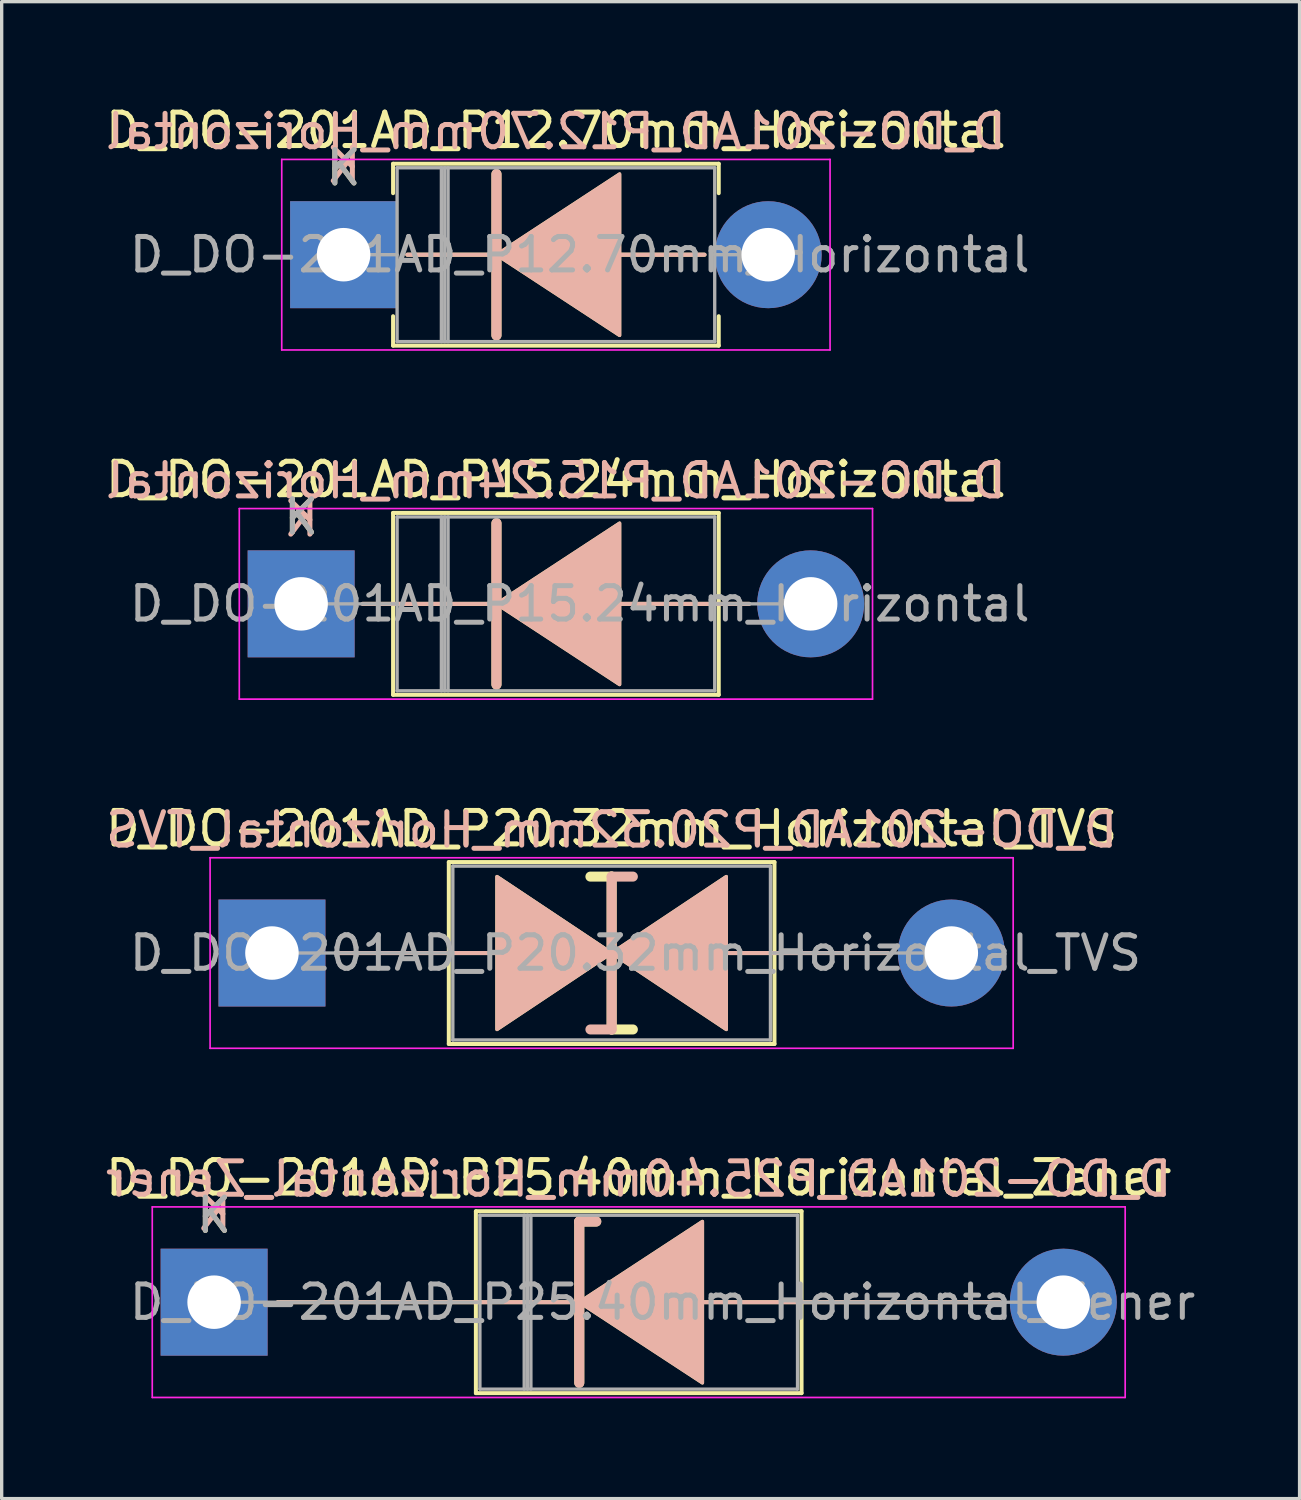
<source format=kicad_pcb>
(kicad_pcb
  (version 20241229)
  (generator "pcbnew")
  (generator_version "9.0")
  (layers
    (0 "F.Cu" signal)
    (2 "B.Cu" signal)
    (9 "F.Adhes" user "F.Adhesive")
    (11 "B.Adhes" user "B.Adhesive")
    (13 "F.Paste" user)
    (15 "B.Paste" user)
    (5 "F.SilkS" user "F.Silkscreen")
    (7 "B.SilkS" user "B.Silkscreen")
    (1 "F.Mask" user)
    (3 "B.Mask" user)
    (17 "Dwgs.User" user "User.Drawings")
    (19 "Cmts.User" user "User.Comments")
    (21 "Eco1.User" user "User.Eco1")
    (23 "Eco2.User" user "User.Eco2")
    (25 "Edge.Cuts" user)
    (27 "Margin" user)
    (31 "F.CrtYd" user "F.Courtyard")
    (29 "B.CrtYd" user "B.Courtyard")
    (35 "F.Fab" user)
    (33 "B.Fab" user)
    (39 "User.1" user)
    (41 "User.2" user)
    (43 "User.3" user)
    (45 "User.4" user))
  (footprint "D_DO-201AD_P15.24mm_Horizontal"
    (layer "F.Cu")
    (at 5.957 15.011)
    (property "Reference" "D_DO-201AD_P15.24mm_Horizontal" (at 7.62 -3.72 0) (layer "F.SilkS") (effects (font (size 1 1) (thickness 0.15))))
    (fp_line (start 1.84 0) (end 2.75 0) (stroke (width 0.12) (type solid)) (layer "F.SilkS"))
    (fp_line (start 2.75 -2.72) (end 2.75 2.72) (stroke (width 0.12) (type solid)) (layer "F.SilkS"))
    (fp_line (start 2.75 2.72) (end 12.49 2.72) (stroke (width 0.12) (type solid)) (layer "F.SilkS"))
    (fp_line (start 5.715 0) (end 2.75 0) (stroke (width 0.12) (type solid)) (layer "F.SilkS"))
    (fp_line (start 5.842 -2.413) (end 5.842 2.413) (stroke (width 0.3) (type solid)) (layer "F.SilkS"))
    (fp_line (start 9.525 0) (end 12.49 0) (stroke (width 0.12) (type solid)) (layer "F.SilkS"))
    (fp_line (start 12.49 -2.72) (end 2.75 -2.72) (stroke (width 0.12) (type solid)) (layer "F.SilkS"))
    (fp_line (start 12.49 2.72) (end 12.49 -2.72) (stroke (width 0.12) (type solid)) (layer "F.SilkS"))
    (fp_line (start 13.4 0) (end 12.49 0) (stroke (width 0.12) (type solid)) (layer "F.SilkS"))
    (fp_poly (pts (xy 9.525 2.413) (xy 5.842 0) (xy 9.525 -2.413)) (stroke (width 0.1) (type solid)) (fill yes) (layer "F.SilkS"))
    (fp_line (start 1.84 0) (end 2.75 0) (stroke (width 0.12) (type solid)) (layer "B.SilkS"))
    (fp_line (start 5.715 0) (end 2.75 0) (stroke (width 0.12) (type solid)) (layer "B.SilkS"))
    (fp_line (start 5.842 2.413) (end 5.842 -2.413) (stroke (width 0.3) (type solid)) (layer "B.SilkS"))
    (fp_line (start 9.525 0) (end 12.49 0) (stroke (width 0.12) (type solid)) (layer "B.SilkS"))
    (fp_line (start 13.4 0) (end 12.49 0) (stroke (width 0.12) (type solid)) (layer "B.SilkS"))
    (fp_poly (pts (xy 9.525 -2.413) (xy 5.842 0) (xy 9.525 2.413)) (stroke (width 0.1) (type solid)) (fill yes) (layer "B.SilkS"))
    (fp_line (start -1.85 -2.85) (end -1.85 2.85) (stroke (width 0.05) (type solid)) (layer "F.CrtYd"))
    (fp_line (start -1.85 2.85) (end 17.09 2.85) (stroke (width 0.05) (type solid)) (layer "F.CrtYd"))
    (fp_line (start 17.09 -2.85) (end -1.85 -2.85) (stroke (width 0.05) (type solid)) (layer "F.CrtYd"))
    (fp_line (start 17.09 2.85) (end 17.09 -2.85) (stroke (width 0.05) (type solid)) (layer "F.CrtYd"))
    (fp_line (start 0 0) (end 2.87 0) (stroke (width 0.1) (type solid)) (layer "F.Fab"))
    (fp_line (start 2.87 -2.6) (end 2.87 2.6) (stroke (width 0.1) (type solid)) (layer "F.Fab"))
    (fp_line (start 2.87 2.6) (end 12.37 2.6) (stroke (width 0.1) (type solid)) (layer "F.Fab"))
    (fp_line (start 4.195 -2.6) (end 4.195 2.6) (stroke (width 0.1) (type solid)) (layer "F.Fab"))
    (fp_line (start 4.295 -2.6) (end 4.295 2.6) (stroke (width 0.1) (type solid)) (layer "F.Fab"))
    (fp_line (start 4.395 -2.6) (end 4.395 2.6) (stroke (width 0.1) (type solid)) (layer "F.Fab"))
    (fp_line (start 12.37 -2.6) (end 2.87 -2.6) (stroke (width 0.1) (type solid)) (layer "F.Fab"))
    (fp_line (start 12.37 2.6) (end 12.37 -2.6) (stroke (width 0.1) (type solid)) (layer "F.Fab"))
    (fp_line (start 15.24 0) (end 12.37 0) (stroke (width 0.1) (type solid)) (layer "F.Fab"))
    (fp_text user "K" (at 0 -2.6 0) (layer "F.SilkS") (effects (font (size 1 1) (thickness 0.15))))
    (fp_text user "K" (at 0 -2.54 0) (layer "B.SilkS") (effects (font (size 1 1) (thickness 0.15)) (justify mirror)))
    (fp_text user "${REFERENCE}" (at 7.62 -3.683 0) (layer "B.SilkS") (effects (font (size 1 1) (thickness 0.15)) (justify mirror)))
    (fp_text user "K" (at 0 -2.6 0) (layer "F.Fab") (effects (font (size 1 1) (thickness 0.15))))
    (fp_text user "${REFERENCE}" (at 8.332 0 0) (layer "F.Fab") (effects (font (size 1 1) (thickness 0.15))))
    (pad "1" thru_hole rect (at 0 0) (size 3.2 3.2) (drill 1.6) (layers "*.Cu" "*.Mask"))
    (pad "2" thru_hole oval (at 15.24 0) (size 3.2 3.2) (drill 1.6) (layers "*.Cu" "*.Mask")))
  (footprint "D_DO-201AD_P20.32mm_Horizontal_TVS"
    (layer "F.Cu")
    (at 5.084 25.455)
    (property "Reference" "D_DO-201AD_P20.32mm_Horizontal_TVS" (at 10.16 -3.72 0) (layer "F.SilkS") (effects (font (size 1 1) (thickness 0.15))))
    (fp_line (start 1.905 0) (end 5.29 0) (stroke (width 0.12) (type solid)) (layer "F.SilkS"))
    (fp_line (start 5.29 -2.72) (end 5.29 2.72) (stroke (width 0.12) (type solid)) (layer "F.SilkS"))
    (fp_line (start 5.29 0) (end 6.731 0) (stroke (width 0.12) (type solid)) (layer "F.SilkS"))
    (fp_line (start 5.29 2.72) (end 15.03 2.72) (stroke (width 0.12) (type solid)) (layer "F.SilkS"))
    (fp_line (start 10.16 -2.286) (end 9.525 -2.286) (stroke (width 0.3) (type solid)) (layer "F.SilkS"))
    (fp_line (start 10.16 2.286) (end 10.16 -2.286) (stroke (width 0.3) (type solid)) (layer "F.SilkS"))
    (fp_line (start 10.795 2.286) (end 10.16 2.286) (stroke (width 0.3) (type solid)) (layer "F.SilkS"))
    (fp_line (start 13.589 0) (end 15.03 0) (stroke (width 0.12) (type solid)) (layer "F.SilkS"))
    (fp_line (start 15.03 -2.72) (end 5.29 -2.72) (stroke (width 0.12) (type solid)) (layer "F.SilkS"))
    (fp_line (start 15.03 2.72) (end 15.03 -2.72) (stroke (width 0.12) (type solid)) (layer "F.SilkS"))
    (fp_line (start 18.415 0) (end 15.03 0) (stroke (width 0.12) (type solid)) (layer "F.SilkS"))
    (fp_poly (pts (xy 10.16 0) (xy 6.731 2.286) (xy 6.731 -2.286)) (stroke (width 0.1) (type solid)) (fill yes) (layer "F.SilkS"))
    (fp_poly (pts (xy 10.16 0) (xy 13.589 -2.286) (xy 13.589 2.286)) (stroke (width 0.1) (type solid)) (fill yes) (layer "F.SilkS"))
    (fp_line (start 1.905 0) (end 5.29 0) (stroke (width 0.12) (type solid)) (layer "B.SilkS"))
    (fp_line (start 5.29 0) (end 6.731 0) (stroke (width 0.12) (type solid)) (layer "B.SilkS"))
    (fp_line (start 10.16 -2.286) (end 10.16 2.286) (stroke (width 0.3) (type solid)) (layer "B.SilkS"))
    (fp_line (start 10.16 2.286) (end 9.525 2.286) (stroke (width 0.3) (type solid)) (layer "B.SilkS"))
    (fp_line (start 10.795 -2.286) (end 10.16 -2.286) (stroke (width 0.3) (type solid)) (layer "B.SilkS"))
    (fp_line (start 13.589 0) (end 15.03 0) (stroke (width 0.12) (type solid)) (layer "B.SilkS"))
    (fp_line (start 18.415 0) (end 15.03 0) (stroke (width 0.12) (type solid)) (layer "B.SilkS"))
    (fp_poly (pts (xy 10.16 0) (xy 6.731 -2.286) (xy 6.731 2.286)) (stroke (width 0.1) (type solid)) (fill yes) (layer "B.SilkS"))
    (fp_poly (pts (xy 10.16 0) (xy 13.589 2.286) (xy 13.589 -2.286)) (stroke (width 0.1) (type solid)) (fill yes) (layer "B.SilkS"))
    (fp_line (start -1.85 -2.85) (end -1.85 2.85) (stroke (width 0.05) (type solid)) (layer "F.CrtYd"))
    (fp_line (start -1.85 2.85) (end 22.17 2.85) (stroke (width 0.05) (type solid)) (layer "F.CrtYd"))
    (fp_line (start 22.17 -2.85) (end -1.85 -2.85) (stroke (width 0.05) (type solid)) (layer "F.CrtYd"))
    (fp_line (start 22.17 2.85) (end 22.17 -2.85) (stroke (width 0.05) (type solid)) (layer "F.CrtYd"))
    (fp_line (start 0 0) (end 5.41 0) (stroke (width 0.1) (type solid)) (layer "F.Fab"))
    (fp_line (start 5.41 -2.6) (end 5.41 2.6) (stroke (width 0.1) (type solid)) (layer "F.Fab"))
    (fp_line (start 5.41 2.6) (end 14.91 2.6) (stroke (width 0.1) (type solid)) (layer "F.Fab"))
    (fp_line (start 14.91 -2.6) (end 5.41 -2.6) (stroke (width 0.1) (type solid)) (layer "F.Fab"))
    (fp_line (start 14.91 2.6) (end 14.91 -2.6) (stroke (width 0.1) (type solid)) (layer "F.Fab"))
    (fp_line (start 20.32 0) (end 14.91 0) (stroke (width 0.1) (type solid)) (layer "F.Fab"))
    (fp_text user "${REFERENCE}" (at 10.16 -3.683 0) (layer "B.SilkS") (effects (font (size 1 1) (thickness 0.15)) (justify mirror)))
    (fp_text user "${REFERENCE}" (at 10.873 0 0) (layer "F.Fab") (effects (font (size 1 1) (thickness 0.15))))
    (pad "1" thru_hole rect (at 0 0) (size 3.2 3.2) (drill 1.6) (layers "*.Cu" "*.Mask"))
    (pad "2" thru_hole oval (at 20.32 0) (size 3.2 3.2) (drill 1.6) (layers "*.Cu" "*.Mask")))
  (footprint "D_DO-201AD_P25.40mm_Horizontal_Zener"
    (layer "F.Cu")
    (at 3.354 35.898)
    (property "Reference" "D_DO-201AD_P25.40mm_Horizontal_Zener" (at 12.7 -3.72 0) (layer "F.SilkS") (effects (font (size 1 1) (thickness 0.15))))
    (fp_line (start 1.905 0) (end 7.83 0) (stroke (width 0.12) (type solid)) (layer "F.SilkS"))
    (fp_line (start 7.83 -2.72) (end 7.83 2.72) (stroke (width 0.12) (type solid)) (layer "F.SilkS"))
    (fp_line (start 7.83 2.72) (end 17.57 2.72) (stroke (width 0.12) (type solid)) (layer "F.SilkS"))
    (fp_line (start 10.795 0) (end 7.83 0) (stroke (width 0.12) (type solid)) (layer "F.SilkS"))
    (fp_line (start 10.922 -2.413) (end 10.922 2.413) (stroke (width 0.3) (type solid)) (layer "F.SilkS"))
    (fp_line (start 10.922 -2.413) (end 11.43 -2.413) (stroke (width 0.3) (type solid)) (layer "F.SilkS"))
    (fp_line (start 14.605 0) (end 17.57 0) (stroke (width 0.12) (type solid)) (layer "F.SilkS"))
    (fp_line (start 17.57 -2.72) (end 7.83 -2.72) (stroke (width 0.12) (type solid)) (layer "F.SilkS"))
    (fp_line (start 17.57 2.72) (end 17.57 -2.72) (stroke (width 0.12) (type solid)) (layer "F.SilkS"))
    (fp_line (start 23.495 0) (end 17.57 0) (stroke (width 0.12) (type solid)) (layer "F.SilkS"))
    (fp_poly (pts (xy 14.605 2.413) (xy 10.922 0) (xy 14.605 -2.413)) (stroke (width 0.1) (type solid)) (fill yes) (layer "F.SilkS"))
    (fp_line (start 1.905 0) (end 7.83 0) (stroke (width 0.12) (type solid)) (layer "B.SilkS"))
    (fp_line (start 10.795 0) (end 7.83 0) (stroke (width 0.12) (type solid)) (layer "B.SilkS"))
    (fp_line (start 10.922 -2.413) (end 11.43 -2.413) (stroke (width 0.3) (type solid)) (layer "B.SilkS"))
    (fp_line (start 10.922 2.413) (end 10.922 -2.413) (stroke (width 0.3) (type solid)) (layer "B.SilkS"))
    (fp_line (start 14.605 0) (end 17.57 0) (stroke (width 0.12) (type solid)) (layer "B.SilkS"))
    (fp_line (start 23.495 0) (end 17.57 0) (stroke (width 0.12) (type solid)) (layer "B.SilkS"))
    (fp_poly (pts (xy 14.605 -2.413) (xy 10.922 0) (xy 14.605 2.413)) (stroke (width 0.1) (type solid)) (fill yes) (layer "B.SilkS"))
    (fp_line (start -1.85 -2.85) (end -1.85 2.85) (stroke (width 0.05) (type solid)) (layer "F.CrtYd"))
    (fp_line (start -1.85 2.85) (end 27.25 2.85) (stroke (width 0.05) (type solid)) (layer "F.CrtYd"))
    (fp_line (start 27.25 -2.85) (end -1.85 -2.85) (stroke (width 0.05) (type solid)) (layer "F.CrtYd"))
    (fp_line (start 27.25 2.85) (end 27.25 -2.85) (stroke (width 0.05) (type solid)) (layer "F.CrtYd"))
    (fp_line (start 0 0) (end 7.95 0) (stroke (width 0.1) (type solid)) (layer "F.Fab"))
    (fp_line (start 7.95 -2.6) (end 7.95 2.6) (stroke (width 0.1) (type solid)) (layer "F.Fab"))
    (fp_line (start 7.95 2.6) (end 17.45 2.6) (stroke (width 0.1) (type solid)) (layer "F.Fab"))
    (fp_line (start 9.275 -2.6) (end 9.275 2.6) (stroke (width 0.1) (type solid)) (layer "F.Fab"))
    (fp_line (start 9.375 -2.6) (end 9.375 2.6) (stroke (width 0.1) (type solid)) (layer "F.Fab"))
    (fp_line (start 9.475 -2.6) (end 9.475 2.6) (stroke (width 0.1) (type solid)) (layer "F.Fab"))
    (fp_line (start 17.45 -2.6) (end 7.95 -2.6) (stroke (width 0.1) (type solid)) (layer "F.Fab"))
    (fp_line (start 17.45 2.6) (end 17.45 -2.6) (stroke (width 0.1) (type solid)) (layer "F.Fab"))
    (fp_line (start 25.4 0) (end 17.45 0) (stroke (width 0.1) (type solid)) (layer "F.Fab"))
    (fp_text user "K" (at 0 -2.6 0) (layer "F.SilkS") (effects (font (size 1 1) (thickness 0.15))))
    (fp_text user "K" (at 0 -2.667 0) (layer "B.SilkS") (effects (font (size 1 1) (thickness 0.15)) (justify mirror)))
    (fp_text user "${REFERENCE}" (at 12.7 -3.683 0) (layer "B.SilkS") (effects (font (size 1 1) (thickness 0.15)) (justify mirror)))
    (fp_text user "${REFERENCE}" (at 13.412 0 0) (layer "F.Fab") (effects (font (size 1 1) (thickness 0.15))))
    (fp_text user "K" (at 0 -2.6 0) (layer "F.Fab") (effects (font (size 1 1) (thickness 0.15))))
    (pad "1" thru_hole rect (at 0 0) (size 3.2 3.2) (drill 1.6) (layers "*.Cu" "*.Mask"))
    (pad "2" thru_hole oval (at 25.4 0) (size 3.2 3.2) (drill 1.6) (layers "*.Cu" "*.Mask")))
  (footprint "D_DO-201AD_P12.70mm_Horizontal"
    (layer "F.Cu")
    (at 7.227 4.568)
    (property "Reference" "D_DO-201AD_P12.70mm_Horizontal" (at 6.35 -3.72 0) (layer "F.SilkS") (effects (font (size 1 1) (thickness 0.15))))
    (fp_line (start 1.48 -2.72) (end 11.22 -2.72) (stroke (width 0.12) (type solid)) (layer "F.SilkS"))
    (fp_line (start 1.48 -1.84) (end 1.48 -2.72) (stroke (width 0.12) (type solid)) (layer "F.SilkS"))
    (fp_line (start 1.48 1.84) (end 1.48 2.72) (stroke (width 0.12) (type solid)) (layer "F.SilkS"))
    (fp_line (start 1.48 2.72) (end 11.22 2.72) (stroke (width 0.12) (type solid)) (layer "F.SilkS"))
    (fp_line (start 4.445 0) (end 1.905 0) (stroke (width 0.12) (type solid)) (layer "F.SilkS"))
    (fp_line (start 4.572 -2.413) (end 4.572 2.413) (stroke (width 0.3) (type solid)) (layer "F.SilkS"))
    (fp_line (start 8.255 0) (end 10.795 0) (stroke (width 0.12) (type solid)) (layer "F.SilkS"))
    (fp_line (start 11.22 -2.72) (end 11.22 -1.84) (stroke (width 0.12) (type solid)) (layer "F.SilkS"))
    (fp_line (start 11.22 2.72) (end 11.22 1.84) (stroke (width 0.12) (type solid)) (layer "F.SilkS"))
    (fp_poly (pts (xy 8.255 2.413) (xy 4.572 0) (xy 8.255 -2.413)) (stroke (width 0.1) (type solid)) (fill yes) (layer "F.SilkS"))
    (fp_line (start 4.445 0) (end 1.905 0) (stroke (width 0.12) (type solid)) (layer "B.SilkS"))
    (fp_line (start 4.572 2.413) (end 4.572 -2.413) (stroke (width 0.3) (type solid)) (layer "B.SilkS"))
    (fp_line (start 8.255 0) (end 10.795 0) (stroke (width 0.12) (type solid)) (layer "B.SilkS"))
    (fp_poly (pts (xy 8.255 -2.413) (xy 4.572 0) (xy 8.255 2.413)) (stroke (width 0.1) (type solid)) (fill yes) (layer "B.SilkS"))
    (fp_line (start -1.85 -2.85) (end -1.85 2.85) (stroke (width 0.05) (type solid)) (layer "F.CrtYd"))
    (fp_line (start -1.85 2.85) (end 14.55 2.85) (stroke (width 0.05) (type solid)) (layer "F.CrtYd"))
    (fp_line (start 14.55 -2.85) (end -1.85 -2.85) (stroke (width 0.05) (type solid)) (layer "F.CrtYd"))
    (fp_line (start 14.55 2.85) (end 14.55 -2.85) (stroke (width 0.05) (type solid)) (layer "F.CrtYd"))
    (fp_line (start 0 0) (end 1.6 0) (stroke (width 0.1) (type solid)) (layer "F.Fab"))
    (fp_line (start 1.6 -2.6) (end 1.6 2.6) (stroke (width 0.1) (type solid)) (layer "F.Fab"))
    (fp_line (start 1.6 2.6) (end 11.1 2.6) (stroke (width 0.1) (type solid)) (layer "F.Fab"))
    (fp_line (start 2.925 -2.6) (end 2.925 2.6) (stroke (width 0.1) (type solid)) (layer "F.Fab"))
    (fp_line (start 3.025 -2.6) (end 3.025 2.6) (stroke (width 0.1) (type solid)) (layer "F.Fab"))
    (fp_line (start 3.125 -2.6) (end 3.125 2.6) (stroke (width 0.1) (type solid)) (layer "F.Fab"))
    (fp_line (start 11.1 -2.6) (end 1.6 -2.6) (stroke (width 0.1) (type solid)) (layer "F.Fab"))
    (fp_line (start 11.1 2.6) (end 11.1 -2.6) (stroke (width 0.1) (type solid)) (layer "F.Fab"))
    (fp_line (start 12.7 0) (end 11.1 0) (stroke (width 0.1) (type solid)) (layer "F.Fab"))
    (fp_text user "K" (at 0 -2.6 0) (layer "F.SilkS") (effects (font (size 1 1) (thickness 0.15))))
    (fp_text user "${REFERENCE}" (at 6.35 -3.683 0) (layer "B.SilkS") (effects (font (size 1 1) (thickness 0.15)) (justify mirror)))
    (fp_text user "K" (at 0 -2.667 0) (layer "B.SilkS") (effects (font (size 1 1) (thickness 0.15)) (justify mirror)))
    (fp_text user "K" (at 0 -2.6 0) (layer "F.Fab") (effects (font (size 1 1) (thickness 0.15))))
    (fp_text user "${REFERENCE}" (at 7.062 0 0) (layer "F.Fab") (effects (font (size 1 1) (thickness 0.15))))
    (pad "1" thru_hole rect (at 0 0) (size 3.2 3.2) (drill 1.6) (layers "*.Cu" "*.Mask"))
    (pad "2" thru_hole oval (at 12.7 0) (size 3.2 3.2) (drill 1.6) (layers "*.Cu" "*.Mask")))
  (gr_rect
    (start -3 -3)
    (end 35.82 41.773)
    (stroke (width 0.1) (type default))
    (fill no)
    (layer "Edge.Cuts")))
</source>
